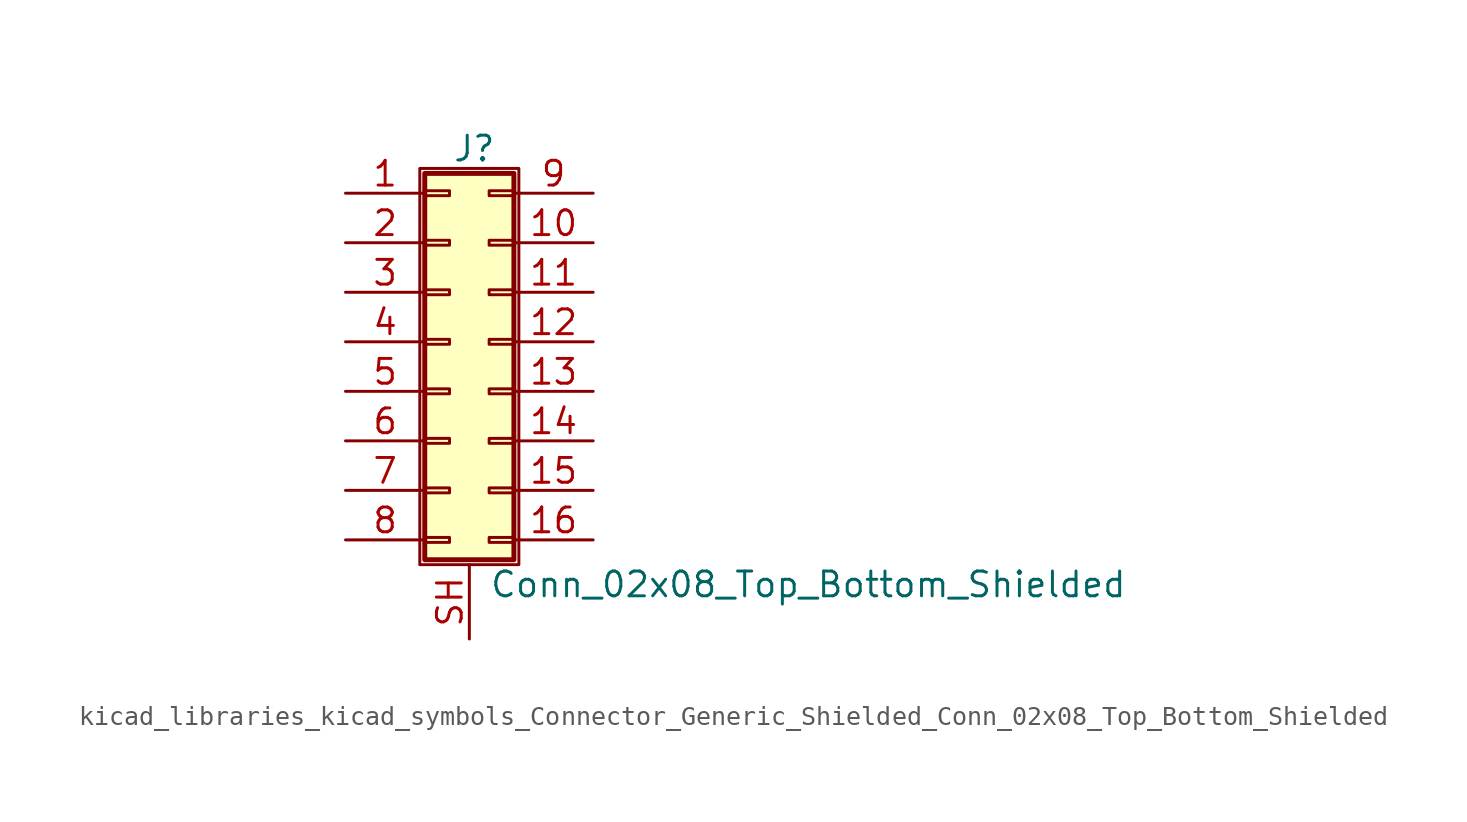
<source format=kicad_sym>
(kicad_symbol_lib
  (version 20220914)
  (generator kicad_symbol_editor)
  (symbol "kicad_libraries_kicad_symbols_Connector_Generic_Shielded_Conn_02x08_Top_Bottom_Shielded"
    (pin_names
      (offset 1.016) hide)
    (property "Reference" "J"
      (at 1.524 9.906 0)
      (effects (font (size 1.27 1.27))))
    (property "Value" "Conn_02x08_Top_Bottom_Shielded"
      (at 2.286 -12.446 0)
      (effects (font (size 1.27 1.27)) (justify left)))
    (symbol "kicad_libraries_kicad_symbols_Connector_Generic_Shielded_Conn_02x08_Top_Bottom_Shielded_1_1"
      (rectangle (start -1.27 8.89) (end 3.81 -11.43) (stroke (width 0.152) (type default)) (fill (type none)))
      (rectangle (start -1.016 -10.033) (end 0.254 -10.287) (stroke (width 0.152) (type default)) (fill (type none)))
      (rectangle (start -1.016 -7.493) (end 0.254 -7.747) (stroke (width 0.152) (type default)) (fill (type none)))
      (rectangle (start -1.016 -4.953) (end 0.254 -5.207) (stroke (width 0.152) (type default)) (fill (type none)))
      (rectangle (start -1.016 -2.413) (end 0.254 -2.667) (stroke (width 0.152) (type default)) (fill (type none)))
      (rectangle (start -1.016 0.127) (end 0.254 -0.127) (stroke (width 0.152) (type default)) (fill (type none)))
      (rectangle (start -1.016 2.667) (end 0.254 2.413) (stroke (width 0.152) (type default)) (fill (type none)))
      (rectangle (start -1.016 5.207) (end 0.254 4.953) (stroke (width 0.152) (type default)) (fill (type none)))
      (rectangle (start -1.016 7.747) (end 0.254 7.493) (stroke (width 0.152) (type default)) (fill (type none)))
      (rectangle (start -1.016 8.636) (end 3.556 -11.176) (stroke (width 0.254) (type default)) (fill (type background)))
      (rectangle (start 3.556 -10.033) (end 2.286 -10.287) (stroke (width 0.152) (type default)) (fill (type none)))
      (rectangle (start 3.556 -7.493) (end 2.286 -7.747) (stroke (width 0.152) (type default)) (fill (type none)))
      (rectangle (start 3.556 -4.953) (end 2.286 -5.207) (stroke (width 0.152) (type default)) (fill (type none)))
      (rectangle (start 3.556 -2.413) (end 2.286 -2.667) (stroke (width 0.152) (type default)) (fill (type none)))
      (rectangle (start 3.556 0.127) (end 2.286 -0.127) (stroke (width 0.152) (type default)) (fill (type none)))
      (rectangle (start 3.556 2.667) (end 2.286 2.413) (stroke (width 0.152) (type default)) (fill (type none)))
      (rectangle (start 3.556 5.207) (end 2.286 4.953) (stroke (width 0.152) (type default)) (fill (type none)))
      (rectangle (start 3.556 7.747) (end 2.286 7.493) (stroke (width 0.152) (type default)) (fill (type none)))
      (pin passive line (at -5.08 7.62 0) (length 4.064) (name "Pin_1" (effects (font (size 1.27 1.27)))) (number "1" (effects (font (size 1.27 1.27)))))
      (pin passive line (at 7.62 5.08 180) (length 4.064) (name "Pin_10" (effects (font (size 1.27 1.27)))) (number "10" (effects (font (size 1.27 1.27)))))
      (pin passive line (at 7.62 2.54 180) (length 4.064) (name "Pin_11" (effects (font (size 1.27 1.27)))) (number "11" (effects (font (size 1.27 1.27)))))
      (pin passive line (at 7.62 0 180) (length 4.064) (name "Pin_12" (effects (font (size 1.27 1.27)))) (number "12" (effects (font (size 1.27 1.27)))))
      (pin passive line (at 7.62 -2.54 180) (length 4.064) (name "Pin_13" (effects (font (size 1.27 1.27)))) (number "13" (effects (font (size 1.27 1.27)))))
      (pin passive line (at 7.62 -5.08 180) (length 4.064) (name "Pin_14" (effects (font (size 1.27 1.27)))) (number "14" (effects (font (size 1.27 1.27)))))
      (pin passive line (at 7.62 -7.62 180) (length 4.064) (name "Pin_15" (effects (font (size 1.27 1.27)))) (number "15" (effects (font (size 1.27 1.27)))))
      (pin passive line (at 7.62 -10.16 180) (length 4.064) (name "Pin_16" (effects (font (size 1.27 1.27)))) (number "16" (effects (font (size 1.27 1.27)))))
      (pin passive line (at -5.08 5.08 0) (length 4.064) (name "Pin_2" (effects (font (size 1.27 1.27)))) (number "2" (effects (font (size 1.27 1.27)))))
      (pin passive line (at -5.08 2.54 0) (length 4.064) (name "Pin_3" (effects (font (size 1.27 1.27)))) (number "3" (effects (font (size 1.27 1.27)))))
      (pin passive line (at -5.08 0 0) (length 4.064) (name "Pin_4" (effects (font (size 1.27 1.27)))) (number "4" (effects (font (size 1.27 1.27)))))
      (pin passive line (at -5.08 -2.54 0) (length 4.064) (name "Pin_5" (effects (font (size 1.27 1.27)))) (number "5" (effects (font (size 1.27 1.27)))))
      (pin passive line (at -5.08 -5.08 0) (length 4.064) (name "Pin_6" (effects (font (size 1.27 1.27)))) (number "6" (effects (font (size 1.27 1.27)))))
      (pin passive line (at -5.08 -7.62 0) (length 4.064) (name "Pin_7" (effects (font (size 1.27 1.27)))) (number "7" (effects (font (size 1.27 1.27)))))
      (pin passive line (at -5.08 -10.16 0) (length 4.064) (name "Pin_8" (effects (font (size 1.27 1.27)))) (number "8" (effects (font (size 1.27 1.27)))))
      (pin passive line (at 7.62 7.62 180) (length 4.064) (name "Pin_9" (effects (font (size 1.27 1.27)))) (number "9" (effects (font (size 1.27 1.27)))))
      (pin passive line (at 1.27 -15.24 90) (length 3.81) (name "Shield" (effects (font (size 1.27 1.27)))) (number "SH" (effects (font (size 1.27 1.27))))))))
</source>
